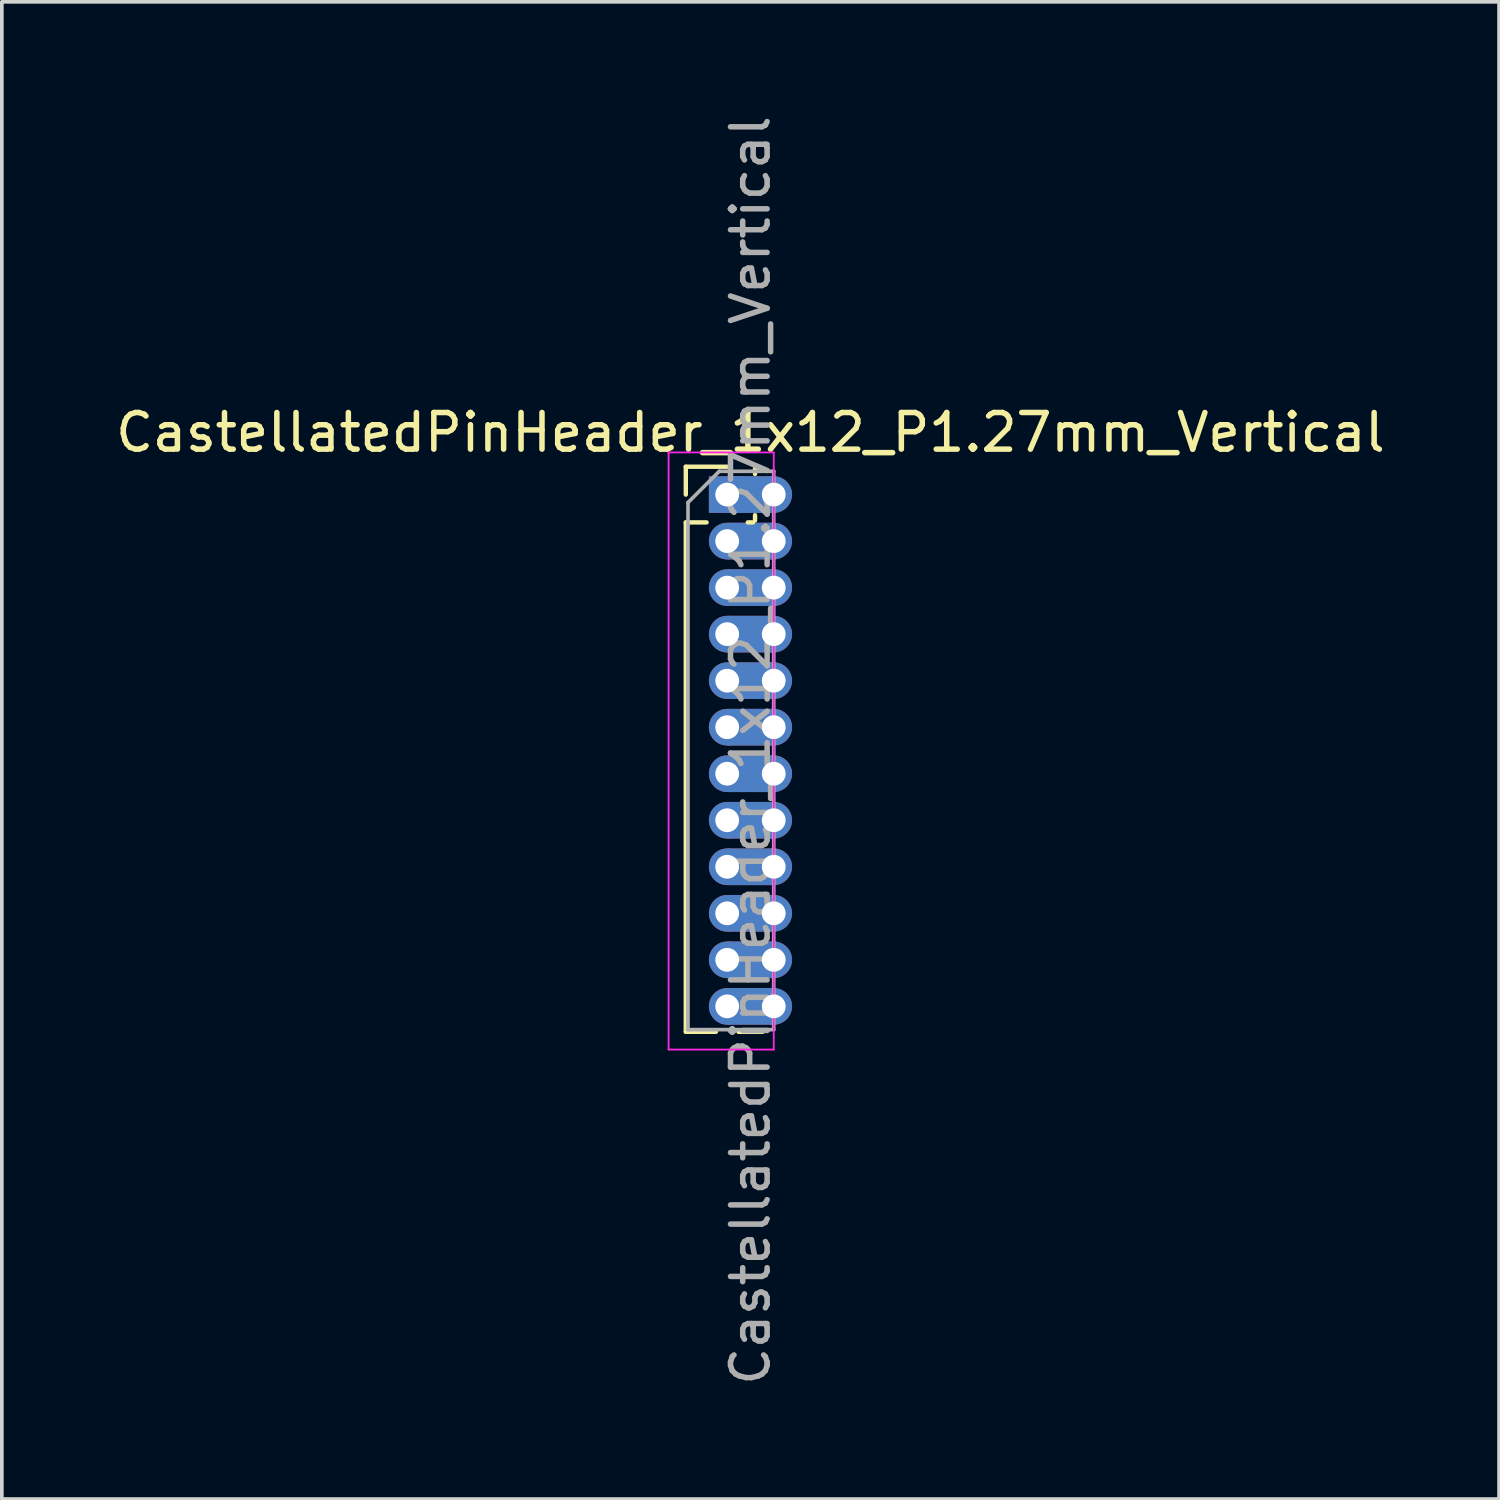
<source format=kicad_pcb>
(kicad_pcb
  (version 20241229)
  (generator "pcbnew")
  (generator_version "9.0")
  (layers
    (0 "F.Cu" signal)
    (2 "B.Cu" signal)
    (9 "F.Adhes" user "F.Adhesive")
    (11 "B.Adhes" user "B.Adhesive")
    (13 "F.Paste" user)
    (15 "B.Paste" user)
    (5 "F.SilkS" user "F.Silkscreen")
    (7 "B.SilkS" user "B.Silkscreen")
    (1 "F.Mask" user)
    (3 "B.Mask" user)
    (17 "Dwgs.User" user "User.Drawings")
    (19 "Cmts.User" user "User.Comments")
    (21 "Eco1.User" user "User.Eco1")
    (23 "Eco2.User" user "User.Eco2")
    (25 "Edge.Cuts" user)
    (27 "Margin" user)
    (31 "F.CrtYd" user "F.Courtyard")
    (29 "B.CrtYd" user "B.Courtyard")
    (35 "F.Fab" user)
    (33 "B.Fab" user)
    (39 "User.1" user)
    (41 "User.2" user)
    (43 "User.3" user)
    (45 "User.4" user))
  (footprint "CastellatedPinHeader_1x12_P1.27mm_Vertical"
    (layer "F.Cu")
    (at 16.8 10.45)
    (property "Reference" "CastellatedPinHeader_1x12_P1.27mm_Vertical" (at 0.635 -1.695 0) (layer "F.SilkS") (effects (font (size 1 1) (thickness 0.15))))
    (attr through_hole)
    (fp_poly (pts (xy 1.245 0.483) (xy 0.025 0.483) (xy 0.025 -0.483) (xy 1.245 -0.483)) (stroke (width 0.035) (type solid)) (fill yes) (layer "F.Cu"))
    (fp_poly (pts (xy 1.245 1.753) (xy 0.025 1.753) (xy 0.025 0.787) (xy 1.245 0.787)) (stroke (width 0.035) (type solid)) (fill yes) (layer "F.Cu"))
    (fp_poly (pts (xy 1.245 3.023) (xy 0.025 3.023) (xy 0.025 2.057) (xy 1.245 2.057)) (stroke (width 0.035) (type solid)) (fill yes) (layer "F.Cu"))
    (fp_poly (pts (xy 1.245 4.293) (xy 0.025 4.293) (xy 0.025 3.327) (xy 1.245 3.327)) (stroke (width 0.035) (type solid)) (fill yes) (layer "F.Cu"))
    (fp_poly (pts (xy 1.245 5.563) (xy 0.025 5.563) (xy 0.025 4.597) (xy 1.245 4.597)) (stroke (width 0.035) (type solid)) (fill yes) (layer "F.Cu"))
    (fp_poly (pts (xy 1.245 6.833) (xy 0.025 6.833) (xy 0.025 5.867) (xy 1.245 5.867)) (stroke (width 0.035) (type solid)) (fill yes) (layer "F.Cu"))
    (fp_poly (pts (xy 1.245 8.103) (xy 0.025 8.103) (xy 0.025 7.137) (xy 1.245 7.137)) (stroke (width 0.035) (type solid)) (fill yes) (layer "F.Cu"))
    (fp_poly (pts (xy 1.245 9.373) (xy 0.025 9.373) (xy 0.025 8.407) (xy 1.245 8.407)) (stroke (width 0.035) (type solid)) (fill yes) (layer "F.Cu"))
    (fp_poly (pts (xy 1.245 10.643) (xy 0.025 10.643) (xy 0.025 9.677) (xy 1.245 9.677)) (stroke (width 0.035) (type solid)) (fill yes) (layer "F.Cu"))
    (fp_poly (pts (xy 1.245 11.913) (xy 0.025 11.913) (xy 0.025 10.947) (xy 1.245 10.947)) (stroke (width 0.035) (type solid)) (fill yes) (layer "F.Cu"))
    (fp_poly (pts (xy 1.245 13.183) (xy 0.025 13.183) (xy 0.025 12.217) (xy 1.245 12.217)) (stroke (width 0.035) (type solid)) (fill yes) (layer "F.Cu"))
    (fp_poly (pts (xy 1.245 14.453) (xy 0.025 14.453) (xy 0.025 13.487) (xy 1.245 13.487)) (stroke (width 0.035) (type solid)) (fill yes) (layer "F.Cu"))
    (fp_poly (pts (xy 1.245 0.483) (xy 0.025 0.483) (xy 0.025 -0.483) (xy 1.245 -0.483)) (stroke (width 0.035) (type solid)) (fill yes) (layer "F.Mask"))
    (fp_poly (pts (xy 1.245 1.753) (xy 0.025 1.753) (xy 0.025 0.787) (xy 1.245 0.787)) (stroke (width 0.035) (type solid)) (fill yes) (layer "F.Mask"))
    (fp_poly (pts (xy 1.245 3.023) (xy 0.025 3.023) (xy 0.025 2.057) (xy 1.245 2.057)) (stroke (width 0.035) (type solid)) (fill yes) (layer "F.Mask"))
    (fp_poly (pts (xy 1.245 4.293) (xy 0.025 4.293) (xy 0.025 3.327) (xy 1.245 3.327)) (stroke (width 0.035) (type solid)) (fill yes) (layer "F.Mask"))
    (fp_poly (pts (xy 1.245 5.563) (xy 0.025 5.563) (xy 0.025 4.597) (xy 1.245 4.597)) (stroke (width 0.035) (type solid)) (fill yes) (layer "F.Mask"))
    (fp_poly (pts (xy 1.245 6.833) (xy 0.025 6.833) (xy 0.025 5.867) (xy 1.245 5.867)) (stroke (width 0.035) (type solid)) (fill yes) (layer "F.Mask"))
    (fp_poly (pts (xy 1.245 8.103) (xy 0.025 8.103) (xy 0.025 7.137) (xy 1.245 7.137)) (stroke (width 0.035) (type solid)) (fill yes) (layer "F.Mask"))
    (fp_poly (pts (xy 1.245 9.373) (xy 0.025 9.373) (xy 0.025 8.407) (xy 1.245 8.407)) (stroke (width 0.035) (type solid)) (fill yes) (layer "F.Mask"))
    (fp_poly (pts (xy 1.245 10.643) (xy 0.025 10.643) (xy 0.025 9.677) (xy 1.245 9.677)) (stroke (width 0.035) (type solid)) (fill yes) (layer "F.Mask"))
    (fp_poly (pts (xy 1.245 11.913) (xy 0.025 11.913) (xy 0.025 10.947) (xy 1.245 10.947)) (stroke (width 0.035) (type solid)) (fill yes) (layer "F.Mask"))
    (fp_poly (pts (xy 1.245 13.183) (xy 0.025 13.183) (xy 0.025 12.217) (xy 1.245 12.217)) (stroke (width 0.035) (type solid)) (fill yes) (layer "F.Mask"))
    (fp_poly (pts (xy 1.245 14.453) (xy 0.025 14.453) (xy 0.025 13.487) (xy 1.245 13.487)) (stroke (width 0.035) (type solid)) (fill yes) (layer "F.Mask"))
    (fp_poly (pts (xy 1.245 0.483) (xy 0.025 0.483) (xy 0.025 -0.483) (xy 1.245 -0.483)) (stroke (width 0.035) (type solid)) (fill yes) (layer "B.Cu"))
    (fp_poly (pts (xy 1.245 1.753) (xy 0.025 1.753) (xy 0.025 0.787) (xy 1.245 0.787)) (stroke (width 0.035) (type solid)) (fill yes) (layer "B.Cu"))
    (fp_poly (pts (xy 1.245 3.023) (xy 0.025 3.023) (xy 0.025 2.057) (xy 1.245 2.057)) (stroke (width 0.035) (type solid)) (fill yes) (layer "B.Cu"))
    (fp_poly (pts (xy 1.245 4.293) (xy 0.025 4.293) (xy 0.025 3.327) (xy 1.245 3.327)) (stroke (width 0.035) (type solid)) (fill yes) (layer "B.Cu"))
    (fp_poly (pts (xy 1.245 5.563) (xy 0.025 5.563) (xy 0.025 4.597) (xy 1.245 4.597)) (stroke (width 0.035) (type solid)) (fill yes) (layer "B.Cu"))
    (fp_poly (pts (xy 1.245 6.833) (xy 0.025 6.833) (xy 0.025 5.867) (xy 1.245 5.867)) (stroke (width 0.035) (type solid)) (fill yes) (layer "B.Cu"))
    (fp_poly (pts (xy 1.245 8.103) (xy 0.025 8.103) (xy 0.025 7.137) (xy 1.245 7.137)) (stroke (width 0.035) (type solid)) (fill yes) (layer "B.Cu"))
    (fp_poly (pts (xy 1.245 9.373) (xy 0.025 9.373) (xy 0.025 8.407) (xy 1.245 8.407)) (stroke (width 0.035) (type solid)) (fill yes) (layer "B.Cu"))
    (fp_poly (pts (xy 1.245 10.643) (xy 0.025 10.643) (xy 0.025 9.677) (xy 1.245 9.677)) (stroke (width 0.035) (type solid)) (fill yes) (layer "B.Cu"))
    (fp_poly (pts (xy 1.245 11.913) (xy 0.025 11.913) (xy 0.025 10.947) (xy 1.245 10.947)) (stroke (width 0.035) (type solid)) (fill yes) (layer "B.Cu"))
    (fp_poly (pts (xy 1.245 13.183) (xy 0.025 13.183) (xy 0.025 12.217) (xy 1.245 12.217)) (stroke (width 0.035) (type solid)) (fill yes) (layer "B.Cu"))
    (fp_poly (pts (xy 1.245 14.453) (xy 0.025 14.453) (xy 0.025 13.487) (xy 1.245 13.487)) (stroke (width 0.035) (type solid)) (fill yes) (layer "B.Cu"))
    (fp_poly (pts (xy 1.245 0.483) (xy 0.025 0.483) (xy 0.025 -0.483) (xy 1.245 -0.483)) (stroke (width 0.035) (type solid)) (fill yes) (layer "B.Mask"))
    (fp_poly (pts (xy 1.245 1.753) (xy 0.025 1.753) (xy 0.025 0.787) (xy 1.245 0.787)) (stroke (width 0.035) (type solid)) (fill yes) (layer "B.Mask"))
    (fp_poly (pts (xy 1.245 3.023) (xy 0.025 3.023) (xy 0.025 2.057) (xy 1.245 2.057)) (stroke (width 0.035) (type solid)) (fill yes) (layer "B.Mask"))
    (fp_poly (pts (xy 1.245 4.293) (xy 0.025 4.293) (xy 0.025 3.327) (xy 1.245 3.327)) (stroke (width 0.035) (type solid)) (fill yes) (layer "B.Mask"))
    (fp_poly (pts (xy 1.245 5.563) (xy 0.025 5.563) (xy 0.025 4.597) (xy 1.245 4.597)) (stroke (width 0.035) (type solid)) (fill yes) (layer "B.Mask"))
    (fp_poly (pts (xy 1.245 6.833) (xy 0.025 6.833) (xy 0.025 5.867) (xy 1.245 5.867)) (stroke (width 0.035) (type solid)) (fill yes) (layer "B.Mask"))
    (fp_poly (pts (xy 1.245 8.103) (xy 0.025 8.103) (xy 0.025 7.137) (xy 1.245 7.137)) (stroke (width 0.035) (type solid)) (fill yes) (layer "B.Mask"))
    (fp_poly (pts (xy 1.245 9.373) (xy 0.025 9.373) (xy 0.025 8.407) (xy 1.245 8.407)) (stroke (width 0.035) (type solid)) (fill yes) (layer "B.Mask"))
    (fp_poly (pts (xy 1.245 10.643) (xy 0.025 10.643) (xy 0.025 9.677) (xy 1.245 9.677)) (stroke (width 0.035) (type solid)) (fill yes) (layer "B.Mask"))
    (fp_poly (pts (xy 1.245 11.913) (xy 0.025 11.913) (xy 0.025 10.947) (xy 1.245 10.947)) (stroke (width 0.035) (type solid)) (fill yes) (layer "B.Mask"))
    (fp_poly (pts (xy 1.245 13.183) (xy 0.025 13.183) (xy 0.025 12.217) (xy 1.245 12.217)) (stroke (width 0.035) (type solid)) (fill yes) (layer "B.Mask"))
    (fp_poly (pts (xy 1.245 14.453) (xy 0.025 14.453) (xy 0.025 13.487) (xy 1.245 13.487)) (stroke (width 0.035) (type solid)) (fill yes) (layer "B.Mask"))
    (fp_line (start -1.13 -0.76) (end 0 -0.76) (stroke (width 0.12) (type solid)) (layer "F.SilkS"))
    (fp_line (start -1.13 0) (end -1.13 -0.76) (stroke (width 0.12) (type solid)) (layer "F.SilkS"))
    (fp_line (start -1.13 0.76) (end -1.13 14.665) (stroke (width 0.12) (type solid)) (layer "F.SilkS"))
    (fp_line (start -1.13 0.76) (end -0.563 0.76) (stroke (width 0.12) (type solid)) (layer "F.SilkS"))
    (fp_line (start -1.13 14.665) (end -0.308 14.665) (stroke (width 0.12) (type solid)) (layer "F.SilkS"))
    (fp_line (start 0.308 14.665) (end 0.962 14.665) (stroke (width 0.12) (type solid)) (layer "F.SilkS"))
    (fp_line (start 0.563 0.76) (end 0.707 0.76) (stroke (width 0.12) (type solid)) (layer "F.SilkS"))
    (fp_line (start 0.76 -0.695) (end 0.962 -0.695) (stroke (width 0.12) (type solid)) (layer "F.SilkS"))
    (fp_line (start 0.76 -0.563) (end 0.76 -0.695) (stroke (width 0.12) (type solid)) (layer "F.SilkS"))
    (fp_line (start 0.76 0.707) (end 0.76 0.563) (stroke (width 0.12) (type solid)) (layer "F.SilkS"))
    (fp_line (start -1.6 -1.15) (end -1.6 15.15) (stroke (width 0.05) (type solid)) (layer "F.CrtYd"))
    (fp_line (start -1.6 15.15) (end 1.27 15.15) (stroke (width 0.05) (type solid)) (layer "F.CrtYd"))
    (fp_line (start 1.27 -1.15) (end -1.6 -1.15) (stroke (width 0.05) (type solid)) (layer "F.CrtYd"))
    (fp_line (start 1.27 15.151) (end 1.27 -1.149) (stroke (width 0.05) (type solid)) (layer "F.CrtYd"))
    (fp_line (start -1.07 0.217) (end -0.217 -0.635) (stroke (width 0.1) (type solid)) (layer "F.Fab"))
    (fp_line (start -1.07 14.605) (end -1.07 0.217) (stroke (width 0.1) (type solid)) (layer "F.Fab"))
    (fp_line (start -0.217 -0.635) (end 1.27 -0.635) (stroke (width 0.1) (type solid)) (layer "F.Fab"))
    (fp_line (start 1.27 -0.635) (end 1.27 14.605) (stroke (width 0.1) (type solid)) (layer "F.Fab"))
    (fp_line (start 1.27 14.605) (end -1.07 14.605) (stroke (width 0.1) (type solid)) (layer "F.Fab"))
    (fp_text user "${REFERENCE}" (at 0.635 6.985 90) (layer "F.Fab") (effects (font (size 1 1) (thickness 0.15))))
    (pad "" thru_hole oval (at 1.27 0) (size 1 1) (drill 0.65) (layers "*.Cu" "*.Mask"))
    (pad "" thru_hole oval (at 1.27 1.27) (size 1 1) (drill 0.65) (layers "*.Cu" "*.Mask"))
    (pad "" thru_hole oval (at 1.27 2.54) (size 1 1) (drill 0.65) (layers "*.Cu" "*.Mask"))
    (pad "" thru_hole oval (at 1.27 3.81) (size 1 1) (drill 0.65) (layers "*.Cu" "*.Mask"))
    (pad "" thru_hole oval (at 1.27 5.08) (size 1 1) (drill 0.65) (layers "*.Cu" "*.Mask"))
    (pad "" thru_hole oval (at 1.27 6.35) (size 1 1) (drill 0.65) (layers "*.Cu" "*.Mask"))
    (pad "" thru_hole oval (at 1.27 7.62) (size 1 1) (drill 0.65) (layers "*.Cu" "*.Mask"))
    (pad "" thru_hole oval (at 1.27 8.89) (size 1 1) (drill 0.65) (layers "*.Cu" "*.Mask"))
    (pad "" thru_hole oval (at 1.27 10.16) (size 1 1) (drill 0.65) (layers "*.Cu" "*.Mask"))
    (pad "" thru_hole oval (at 1.27 11.43) (size 1 1) (drill 0.65) (layers "*.Cu" "*.Mask"))
    (pad "" thru_hole oval (at 1.27 12.7) (size 1 1) (drill 0.65) (layers "*.Cu" "*.Mask"))
    (pad "" thru_hole oval (at 1.27 13.97) (size 1 1) (drill 0.65) (layers "*.Cu" "*.Mask"))
    (pad "1" thru_hole rect (at 0 0) (size 1 1) (drill 0.65) (layers "*.Cu" "*.Mask"))
    (pad "2" thru_hole oval (at 0 1.27) (size 1 1) (drill 0.65) (layers "*.Cu" "*.Mask"))
    (pad "3" thru_hole oval (at 0 2.54) (size 1 1) (drill 0.65) (layers "*.Cu" "*.Mask"))
    (pad "4" thru_hole oval (at 0 3.81) (size 1 1) (drill 0.65) (layers "*.Cu" "*.Mask"))
    (pad "5" thru_hole oval (at 0 5.08) (size 1 1) (drill 0.65) (layers "*.Cu" "*.Mask"))
    (pad "6" thru_hole oval (at 0 6.35) (size 1 1) (drill 0.65) (layers "*.Cu" "*.Mask"))
    (pad "7" thru_hole oval (at 0 7.62) (size 1 1) (drill 0.65) (layers "*.Cu" "*.Mask"))
    (pad "8" thru_hole oval (at 0 8.89) (size 1 1) (drill 0.65) (layers "*.Cu" "*.Mask"))
    (pad "9" thru_hole oval (at 0 10.16) (size 1 1) (drill 0.65) (layers "*.Cu" "*.Mask"))
    (pad "10" thru_hole oval (at 0 11.43) (size 1 1) (drill 0.65) (layers "*.Cu" "*.Mask"))
    (pad "11" thru_hole oval (at 0 12.7) (size 1 1) (drill 0.65) (layers "*.Cu" "*.Mask"))
    (pad "12" thru_hole oval (at 0 13.97) (size 1 1) (drill 0.65) (layers "*.Cu" "*.Mask")))
  (gr_rect
    (start -3 -3)
    (end 37.869 37.869)
    (stroke (width 0.1) (type default))
    (fill no)
    (layer "Edge.Cuts")))
</source>
